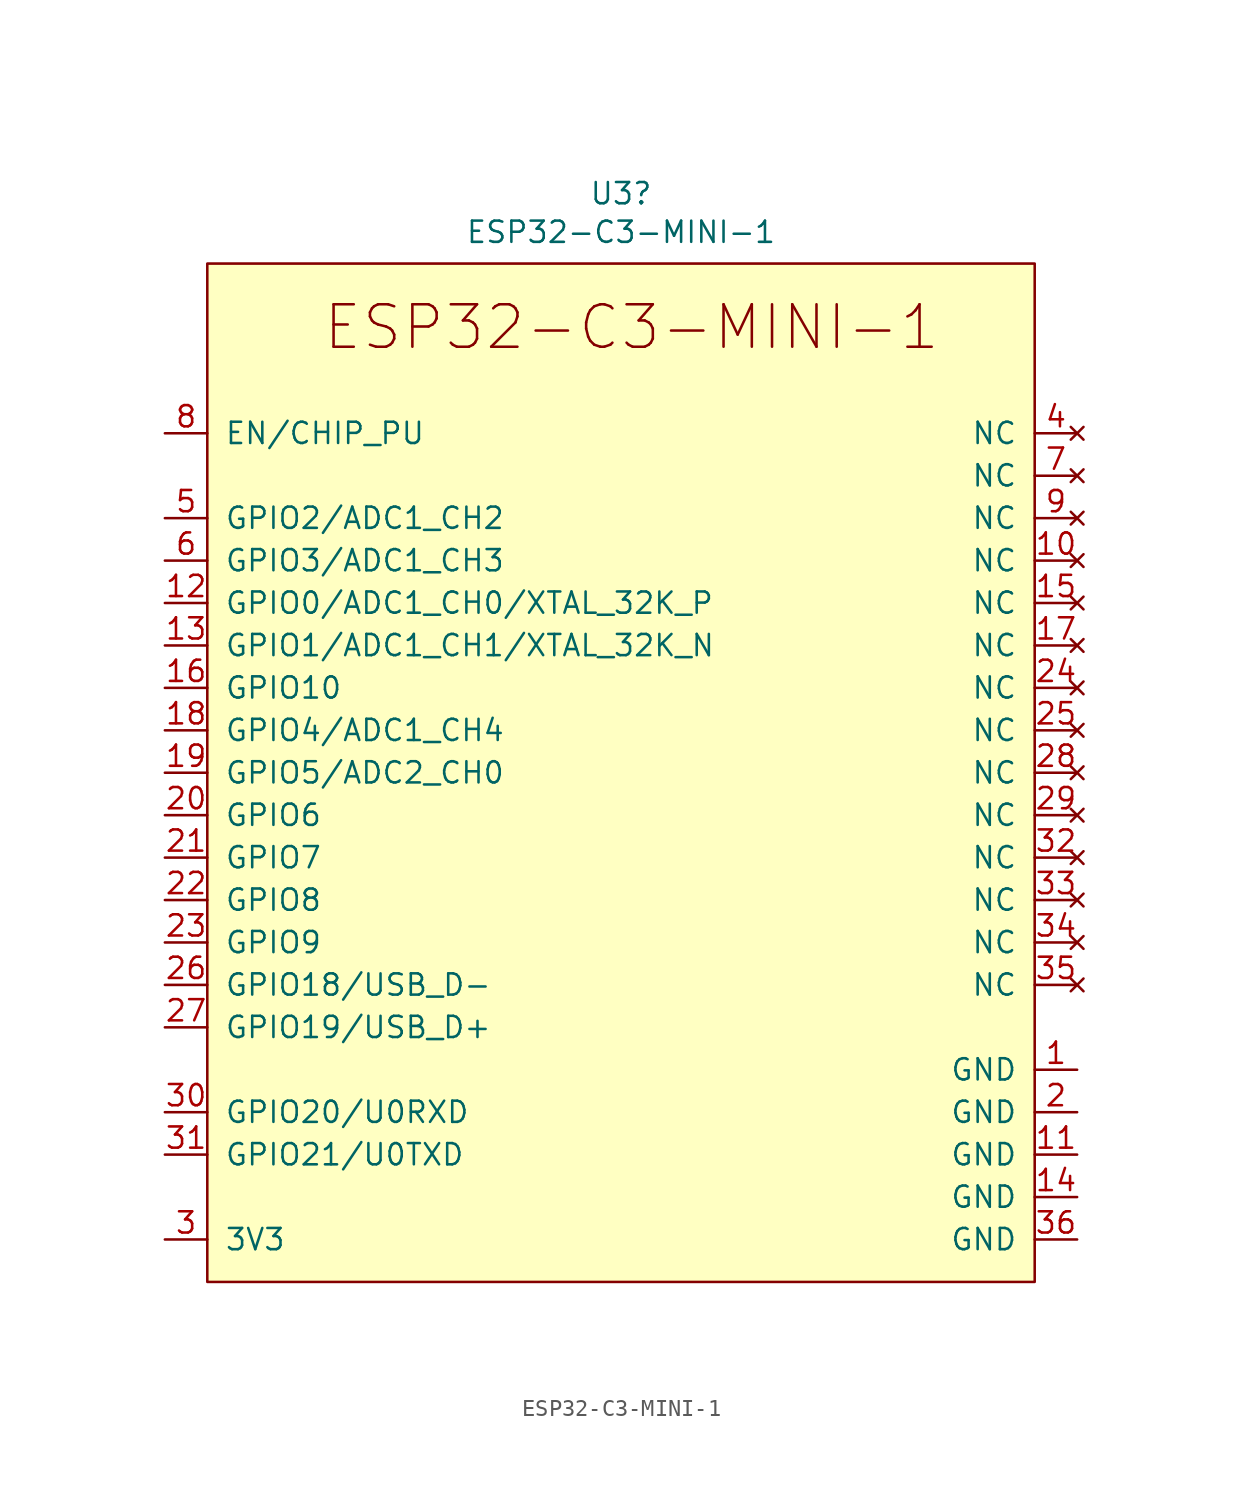
<source format=kicad_sym>
(kicad_symbol_lib
  (version 20231120)
  (generator "kicad_symbol_editor")
  (generator_version "8.0")
  (symbol "ESP32-C3-MINI-1"
    (pin_names
      (offset 1.016))
    (property "Reference" "U3"
      (at 0.635 35.941 0)
      (effects (font (size 1.27 1.27))))
    (property "Value" "ESP32-C3-MINI-1"
      (at 0.635 33.63 0)
      (effects (font (size 1.27 1.27))))
    (symbol "ESP32-C3-MINI-1_0_0"
      (text "ESP32-C3-MINI-1" (at 1.27 27.94 0) (effects (font (size 2.54 2.54)))))
    (symbol "ESP32-C3-MINI-1_0_1"
      (rectangle (start -24.13 31.75) (end 25.4 -29.21) (stroke (width 0) (type default)) (fill (type background))))
    (symbol "ESP32-C3-MINI-1_1_1"
      (pin power_in line (at 27.94 -16.51 180) (length 2.54) (name "GND" (effects (font (size 1.27 1.27)))) (number "1" (effects (font (size 1.27 1.27)))))
      (pin no_connect line (at 27.94 13.97 180) (length 2.54) (name "NC" (effects (font (size 1.27 1.27)))) (number "10" (effects (font (size 1.27 1.27)))))
      (pin power_in line (at 27.94 -21.59 180) (length 2.54) (name "GND" (effects (font (size 1.27 1.27)))) (number "11" (effects (font (size 1.27 1.27)))))
      (pin bidirectional line (at -26.67 11.43 0) (length 2.54) (name "GPIO0/ADC1_CH0/XTAL_32K_P" (effects (font (size 1.27 1.27)))) (number "12" (effects (font (size 1.27 1.27)))))
      (pin bidirectional line (at -26.67 8.89 0) (length 2.54) (name "GPIO1/ADC1_CH1/XTAL_32K_N" (effects (font (size 1.27 1.27)))) (number "13" (effects (font (size 1.27 1.27)))))
      (pin power_in line (at 27.94 -24.13 180) (length 2.54) (name "GND" (effects (font (size 1.27 1.27)))) (number "14" (effects (font (size 1.27 1.27)))))
      (pin no_connect line (at 27.94 11.43 180) (length 2.54) (name "NC" (effects (font (size 1.27 1.27)))) (number "15" (effects (font (size 1.27 1.27)))))
      (pin bidirectional line (at -26.67 6.35 0) (length 2.54) (name "GPIO10" (effects (font (size 1.27 1.27)))) (number "16" (effects (font (size 1.27 1.27)))))
      (pin no_connect line (at 27.94 8.89 180) (length 2.54) (name "NC" (effects (font (size 1.27 1.27)))) (number "17" (effects (font (size 1.27 1.27)))))
      (pin bidirectional line (at -26.67 3.81 0) (length 2.54) (name "GPIO4/ADC1_CH4" (effects (font (size 1.27 1.27)))) (number "18" (effects (font (size 1.27 1.27)))))
      (pin bidirectional line (at -26.67 1.27 0) (length 2.54) (name "GPIO5/ADC2_CH0" (effects (font (size 1.27 1.27)))) (number "19" (effects (font (size 1.27 1.27)))))
      (pin power_in line (at 27.94 -19.05 180) (length 2.54) (name "GND" (effects (font (size 1.27 1.27)))) (number "2" (effects (font (size 1.27 1.27)))))
      (pin bidirectional line (at -26.67 -1.27 0) (length 2.54) (name "GPIO6" (effects (font (size 1.27 1.27)))) (number "20" (effects (font (size 1.27 1.27)))))
      (pin bidirectional line (at -26.67 -3.81 0) (length 2.54) (name "GPIO7" (effects (font (size 1.27 1.27)))) (number "21" (effects (font (size 1.27 1.27)))))
      (pin bidirectional line (at -26.67 -6.35 0) (length 2.54) (name "GPIO8" (effects (font (size 1.27 1.27)))) (number "22" (effects (font (size 1.27 1.27)))))
      (pin bidirectional line (at -26.67 -8.89 0) (length 2.54) (name "GPIO9" (effects (font (size 1.27 1.27)))) (number "23" (effects (font (size 1.27 1.27)))))
      (pin no_connect line (at 27.94 6.35 180) (length 2.54) (name "NC" (effects (font (size 1.27 1.27)))) (number "24" (effects (font (size 1.27 1.27)))))
      (pin no_connect line (at 27.94 3.81 180) (length 2.54) (name "NC" (effects (font (size 1.27 1.27)))) (number "25" (effects (font (size 1.27 1.27)))))
      (pin bidirectional line (at -26.67 -11.43 0) (length 2.54) (name "GPIO18/USB_D-" (effects (font (size 1.27 1.27)))) (number "26" (effects (font (size 1.27 1.27)))))
      (pin bidirectional line (at -26.67 -13.97 0) (length 2.54) (name "GPIO19/USB_D+" (effects (font (size 1.27 1.27)))) (number "27" (effects (font (size 1.27 1.27)))))
      (pin no_connect line (at 27.94 1.27 180) (length 2.54) (name "NC" (effects (font (size 1.27 1.27)))) (number "28" (effects (font (size 1.27 1.27)))))
      (pin no_connect line (at 27.94 -1.27 180) (length 2.54) (name "NC" (effects (font (size 1.27 1.27)))) (number "29" (effects (font (size 1.27 1.27)))))
      (pin power_in line (at -26.67 -26.67 0) (length 2.54) (name "3V3" (effects (font (size 1.27 1.27)))) (number "3" (effects (font (size 1.27 1.27)))))
      (pin bidirectional line (at -26.67 -19.05 0) (length 2.54) (name "GPIO20/U0RXD" (effects (font (size 1.27 1.27)))) (number "30" (effects (font (size 1.27 1.27)))))
      (pin bidirectional line (at -26.67 -21.59 0) (length 2.54) (name "GPIO21/U0TXD" (effects (font (size 1.27 1.27)))) (number "31" (effects (font (size 1.27 1.27)))))
      (pin no_connect line (at 27.94 -3.81 180) (length 2.54) (name "NC" (effects (font (size 1.27 1.27)))) (number "32" (effects (font (size 1.27 1.27)))))
      (pin no_connect line (at 27.94 -6.35 180) (length 2.54) (name "NC" (effects (font (size 1.27 1.27)))) (number "33" (effects (font (size 1.27 1.27)))))
      (pin no_connect line (at 27.94 -8.89 180) (length 2.54) (name "NC" (effects (font (size 1.27 1.27)))) (number "34" (effects (font (size 1.27 1.27)))))
      (pin no_connect line (at 27.94 -11.43 180) (length 2.54) (name "NC" (effects (font (size 1.27 1.27)))) (number "35" (effects (font (size 1.27 1.27)))))
      (pin power_in line (at 27.94 -26.67 180) (length 2.54) (name "GND" (effects (font (size 1.27 1.27)))) (number "36" (effects (font (size 1.27 1.27)))))
      (pin no_connect line (at 27.94 21.59 180) (length 2.54) (name "NC" (effects (font (size 1.27 1.27)))) (number "4" (effects (font (size 1.27 1.27)))))
      (pin bidirectional line (at -26.67 16.51 0) (length 2.54) (name "GPIO2/ADC1_CH2" (effects (font (size 1.27 1.27)))) (number "5" (effects (font (size 1.27 1.27)))))
      (pin bidirectional line (at -26.67 13.97 0) (length 2.54) (name "GPIO3/ADC1_CH3" (effects (font (size 1.27 1.27)))) (number "6" (effects (font (size 1.27 1.27)))))
      (pin no_connect line (at 27.94 19.05 180) (length 2.54) (name "NC" (effects (font (size 1.27 1.27)))) (number "7" (effects (font (size 1.27 1.27)))))
      (pin input line (at -26.67 21.59 0) (length 2.54) (name "EN/CHIP_PU" (effects (font (size 1.27 1.27)))) (number "8" (effects (font (size 1.27 1.27)))))
      (pin no_connect line (at 27.94 16.51 180) (length 2.54) (name "NC" (effects (font (size 1.27 1.27)))) (number "9" (effects (font (size 1.27 1.27))))))))
</source>
